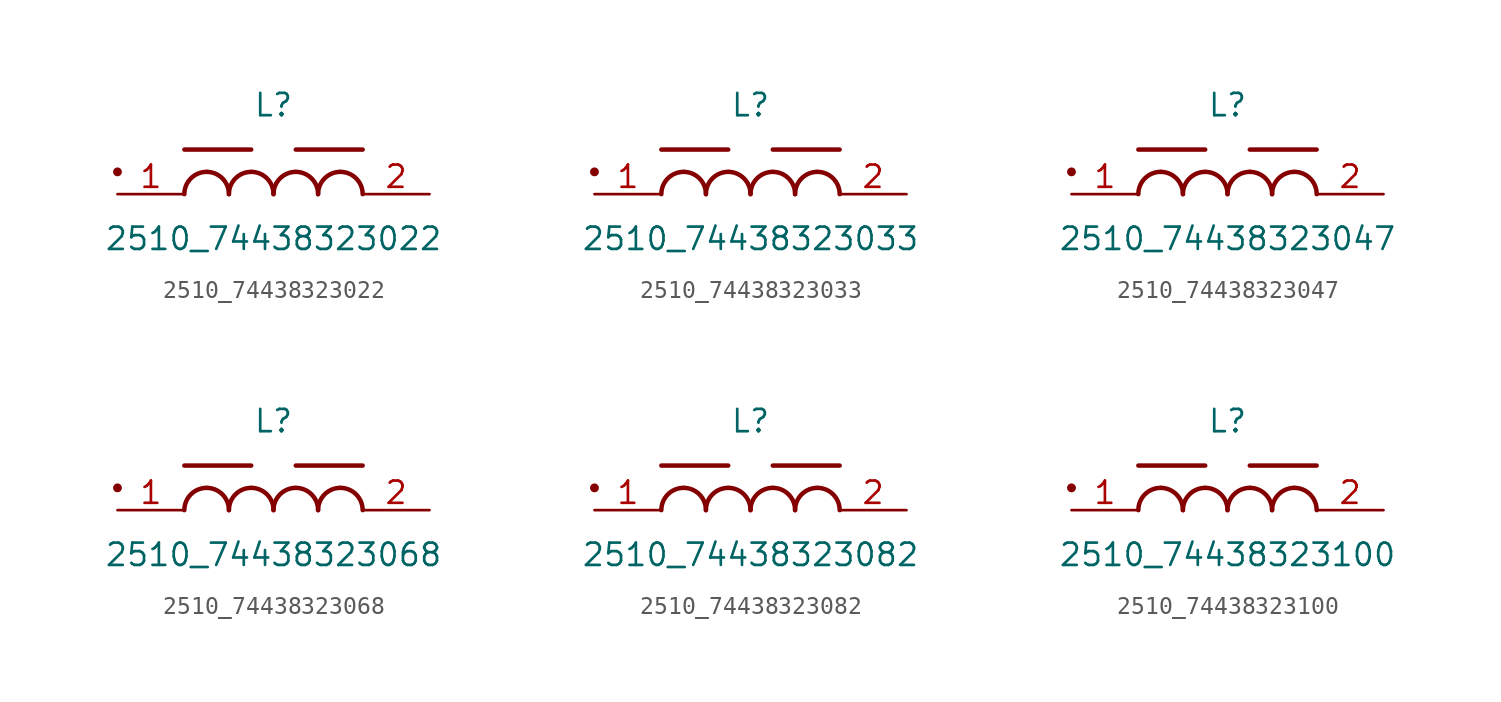
<source format=kicad_sym>
(kicad_symbol_lib
  (version 20211014)
  (generator kicad_symbol_editor)
  (symbol "Inductor_Wurth_WE-MAPI:2510_74438323022"
    (pin_names hide)
    (property "Reference" "L"
      (at 0 5.08 0)
      (effects (font (size 1.27 1.27))))
    (property "Value" "2510_74438323022"
      (at 0 -2.54 0)
      (effects (font (size 1.27 1.27))))
    (symbol "2510_74438323022_0_1"
      (circle (center -8.89 1.27) (radius 0.0001) (stroke (width 0.254)) (stroke (width 0.254) (type default) (color 0 0 0 0)) (fill (type none)))
      (arc (start -3.81 1.27) (mid -4.708 0.898) (end -5.08 0) (stroke (width 0.254) (type default) (color 0 0 0 0)) (fill (type none)))
      (arc (start -2.54 0) (mid -2.912 0.898) (end -3.81 1.27) (stroke (width 0.254) (type default) (color 0 0 0 0)) (fill (type none)))
      (arc (start -1.2699 1.2701) (mid -2.1679 0.8981) (end -2.5399 0.0001) (stroke (width 0.254) (type default) (color 0 0 0 0)) (fill (type none)))
      (polyline (pts (xy -5.08 2.54) (xy -1.27 2.54)) (stroke (width 0.254) (type default) (color 0 0 0 0)) (fill (type none)))
      (polyline (pts (xy 5.08 2.54) (xy 1.27 2.54)) (stroke (width 0.254) (type default) (color 0 0 0 0)) (fill (type none)))
      (arc (start 0.0001 0.0001) (mid -0.3719 0.8981) (end -1.2699 1.2701) (stroke (width 0.254) (type default) (color 0 0 0 0)) (fill (type none)))
      (arc (start 1.2701 1.2701) (mid 0.3721 0.8981) (end 0.0001 0.0001) (stroke (width 0.254) (type default) (color 0 0 0 0)) (fill (type none)))
      (arc (start 2.5401 0.0001) (mid 2.1681 0.8981) (end 1.2701 1.2701) (stroke (width 0.254) (type default) (color 0 0 0 0)) (fill (type none)))
      (arc (start 3.8101 1.2701) (mid 2.9121 0.8981) (end 2.5401 0.0001) (stroke (width 0.254) (type default) (color 0 0 0 0)) (fill (type none)))
      (arc (start 5.0801 0.0001) (mid 4.7081 0.8981) (end 3.8101 1.2701) (stroke (width 0.254) (type default) (color 0 0 0 0)) (fill (type none))))
    (symbol "2510_74438323022_1_1"
      (pin passive line (at -8.89 0 0) (length 3.81) (name "1" (effects (font (size 1.27 1.27)))) (number "1" (effects (font (size 1.27 1.27)))))
      (pin passive line (at 8.89 0 180) (length 3.81) (name "2" (effects (font (size 1.27 1.27)))) (number "2" (effects (font (size 1.27 1.27)))))))
  (symbol "Inductor_Wurth_WE-MAPI:2510_74438323033"
    (pin_names hide)
    (property "Reference" "L"
      (at 0 5.08 0)
      (effects (font (size 1.27 1.27))))
    (property "Value" "2510_74438323033"
      (at 0 -2.54 0)
      (effects (font (size 1.27 1.27))))
    (symbol "2510_74438323033_0_1"
      (circle (center -8.89 1.27) (radius 0.0001) (stroke (width 0.254)) (stroke (width 0.254) (type default) (color 0 0 0 0)) (fill (type none)))
      (arc (start -3.81 1.27) (mid -4.708 0.898) (end -5.08 0) (stroke (width 0.254) (type default) (color 0 0 0 0)) (fill (type none)))
      (arc (start -2.54 0) (mid -2.912 0.898) (end -3.81 1.27) (stroke (width 0.254) (type default) (color 0 0 0 0)) (fill (type none)))
      (arc (start -1.2699 1.2701) (mid -2.1679 0.8981) (end -2.5399 0.0001) (stroke (width 0.254) (type default) (color 0 0 0 0)) (fill (type none)))
      (polyline (pts (xy -5.08 2.54) (xy -1.27 2.54)) (stroke (width 0.254) (type default) (color 0 0 0 0)) (fill (type none)))
      (polyline (pts (xy 5.08 2.54) (xy 1.27 2.54)) (stroke (width 0.254) (type default) (color 0 0 0 0)) (fill (type none)))
      (arc (start 0.0001 0.0001) (mid -0.3719 0.8981) (end -1.2699 1.2701) (stroke (width 0.254) (type default) (color 0 0 0 0)) (fill (type none)))
      (arc (start 1.2701 1.2701) (mid 0.3721 0.8981) (end 0.0001 0.0001) (stroke (width 0.254) (type default) (color 0 0 0 0)) (fill (type none)))
      (arc (start 2.5401 0.0001) (mid 2.1681 0.8981) (end 1.2701 1.2701) (stroke (width 0.254) (type default) (color 0 0 0 0)) (fill (type none)))
      (arc (start 3.8101 1.2701) (mid 2.9121 0.8981) (end 2.5401 0.0001) (stroke (width 0.254) (type default) (color 0 0 0 0)) (fill (type none)))
      (arc (start 5.0801 0.0001) (mid 4.7081 0.8981) (end 3.8101 1.2701) (stroke (width 0.254) (type default) (color 0 0 0 0)) (fill (type none))))
    (symbol "2510_74438323033_1_1"
      (pin passive line (at -8.89 0 0) (length 3.81) (name "1" (effects (font (size 1.27 1.27)))) (number "1" (effects (font (size 1.27 1.27)))))
      (pin passive line (at 8.89 0 180) (length 3.81) (name "2" (effects (font (size 1.27 1.27)))) (number "2" (effects (font (size 1.27 1.27)))))))
  (symbol "Inductor_Wurth_WE-MAPI:2510_74438323047"
    (pin_names hide)
    (property "Reference" "L"
      (at 0 5.08 0)
      (effects (font (size 1.27 1.27))))
    (property "Value" "2510_74438323047"
      (at 0 -2.54 0)
      (effects (font (size 1.27 1.27))))
    (symbol "2510_74438323047_0_1"
      (circle (center -8.89 1.27) (radius 0.0001) (stroke (width 0.254)) (stroke (width 0.254) (type default) (color 0 0 0 0)) (fill (type none)))
      (arc (start -3.81 1.27) (mid -4.708 0.898) (end -5.08 0) (stroke (width 0.254) (type default) (color 0 0 0 0)) (fill (type none)))
      (arc (start -2.54 0) (mid -2.912 0.898) (end -3.81 1.27) (stroke (width 0.254) (type default) (color 0 0 0 0)) (fill (type none)))
      (arc (start -1.2699 1.2701) (mid -2.1679 0.8981) (end -2.5399 0.0001) (stroke (width 0.254) (type default) (color 0 0 0 0)) (fill (type none)))
      (polyline (pts (xy -5.08 2.54) (xy -1.27 2.54)) (stroke (width 0.254) (type default) (color 0 0 0 0)) (fill (type none)))
      (polyline (pts (xy 5.08 2.54) (xy 1.27 2.54)) (stroke (width 0.254) (type default) (color 0 0 0 0)) (fill (type none)))
      (arc (start 0.0001 0.0001) (mid -0.3719 0.8981) (end -1.2699 1.2701) (stroke (width 0.254) (type default) (color 0 0 0 0)) (fill (type none)))
      (arc (start 1.2701 1.2701) (mid 0.3721 0.8981) (end 0.0001 0.0001) (stroke (width 0.254) (type default) (color 0 0 0 0)) (fill (type none)))
      (arc (start 2.5401 0.0001) (mid 2.1681 0.8981) (end 1.2701 1.2701) (stroke (width 0.254) (type default) (color 0 0 0 0)) (fill (type none)))
      (arc (start 3.8101 1.2701) (mid 2.9121 0.8981) (end 2.5401 0.0001) (stroke (width 0.254) (type default) (color 0 0 0 0)) (fill (type none)))
      (arc (start 5.0801 0.0001) (mid 4.7081 0.8981) (end 3.8101 1.2701) (stroke (width 0.254) (type default) (color 0 0 0 0)) (fill (type none))))
    (symbol "2510_74438323047_1_1"
      (pin passive line (at -8.89 0 0) (length 3.81) (name "1" (effects (font (size 1.27 1.27)))) (number "1" (effects (font (size 1.27 1.27)))))
      (pin passive line (at 8.89 0 180) (length 3.81) (name "2" (effects (font (size 1.27 1.27)))) (number "2" (effects (font (size 1.27 1.27)))))))
  (symbol "Inductor_Wurth_WE-MAPI:2510_74438323068"
    (pin_names hide)
    (property "Reference" "L"
      (at 0 5.08 0)
      (effects (font (size 1.27 1.27))))
    (property "Value" "2510_74438323068"
      (at 0 -2.54 0)
      (effects (font (size 1.27 1.27))))
    (symbol "2510_74438323068_0_1"
      (circle (center -8.89 1.27) (radius 0.0001) (stroke (width 0.254)) (stroke (width 0.254) (type default) (color 0 0 0 0)) (fill (type none)))
      (arc (start -3.81 1.27) (mid -4.708 0.898) (end -5.08 0) (stroke (width 0.254) (type default) (color 0 0 0 0)) (fill (type none)))
      (arc (start -2.54 0) (mid -2.912 0.898) (end -3.81 1.27) (stroke (width 0.254) (type default) (color 0 0 0 0)) (fill (type none)))
      (arc (start -1.2699 1.2701) (mid -2.1679 0.8981) (end -2.5399 0.0001) (stroke (width 0.254) (type default) (color 0 0 0 0)) (fill (type none)))
      (polyline (pts (xy -5.08 2.54) (xy -1.27 2.54)) (stroke (width 0.254) (type default) (color 0 0 0 0)) (fill (type none)))
      (polyline (pts (xy 5.08 2.54) (xy 1.27 2.54)) (stroke (width 0.254) (type default) (color 0 0 0 0)) (fill (type none)))
      (arc (start 0.0001 0.0001) (mid -0.3719 0.8981) (end -1.2699 1.2701) (stroke (width 0.254) (type default) (color 0 0 0 0)) (fill (type none)))
      (arc (start 1.2701 1.2701) (mid 0.3721 0.8981) (end 0.0001 0.0001) (stroke (width 0.254) (type default) (color 0 0 0 0)) (fill (type none)))
      (arc (start 2.5401 0.0001) (mid 2.1681 0.8981) (end 1.2701 1.2701) (stroke (width 0.254) (type default) (color 0 0 0 0)) (fill (type none)))
      (arc (start 3.8101 1.2701) (mid 2.9121 0.8981) (end 2.5401 0.0001) (stroke (width 0.254) (type default) (color 0 0 0 0)) (fill (type none)))
      (arc (start 5.0801 0.0001) (mid 4.7081 0.8981) (end 3.8101 1.2701) (stroke (width 0.254) (type default) (color 0 0 0 0)) (fill (type none))))
    (symbol "2510_74438323068_1_1"
      (pin passive line (at -8.89 0 0) (length 3.81) (name "1" (effects (font (size 1.27 1.27)))) (number "1" (effects (font (size 1.27 1.27)))))
      (pin passive line (at 8.89 0 180) (length 3.81) (name "2" (effects (font (size 1.27 1.27)))) (number "2" (effects (font (size 1.27 1.27)))))))
  (symbol "Inductor_Wurth_WE-MAPI:2510_74438323082"
    (pin_names hide)
    (property "Reference" "L"
      (at 0 5.08 0)
      (effects (font (size 1.27 1.27))))
    (property "Value" "2510_74438323082"
      (at 0 -2.54 0)
      (effects (font (size 1.27 1.27))))
    (symbol "2510_74438323082_0_1"
      (circle (center -8.89 1.27) (radius 0.0001) (stroke (width 0.254)) (stroke (width 0.254) (type default) (color 0 0 0 0)) (fill (type none)))
      (arc (start -3.81 1.27) (mid -4.708 0.898) (end -5.08 0) (stroke (width 0.254) (type default) (color 0 0 0 0)) (fill (type none)))
      (arc (start -2.54 0) (mid -2.912 0.898) (end -3.81 1.27) (stroke (width 0.254) (type default) (color 0 0 0 0)) (fill (type none)))
      (arc (start -1.2699 1.2701) (mid -2.1679 0.8981) (end -2.5399 0.0001) (stroke (width 0.254) (type default) (color 0 0 0 0)) (fill (type none)))
      (polyline (pts (xy -5.08 2.54) (xy -1.27 2.54)) (stroke (width 0.254) (type default) (color 0 0 0 0)) (fill (type none)))
      (polyline (pts (xy 5.08 2.54) (xy 1.27 2.54)) (stroke (width 0.254) (type default) (color 0 0 0 0)) (fill (type none)))
      (arc (start 0.0001 0.0001) (mid -0.3719 0.8981) (end -1.2699 1.2701) (stroke (width 0.254) (type default) (color 0 0 0 0)) (fill (type none)))
      (arc (start 1.2701 1.2701) (mid 0.3721 0.8981) (end 0.0001 0.0001) (stroke (width 0.254) (type default) (color 0 0 0 0)) (fill (type none)))
      (arc (start 2.5401 0.0001) (mid 2.1681 0.8981) (end 1.2701 1.2701) (stroke (width 0.254) (type default) (color 0 0 0 0)) (fill (type none)))
      (arc (start 3.8101 1.2701) (mid 2.9121 0.8981) (end 2.5401 0.0001) (stroke (width 0.254) (type default) (color 0 0 0 0)) (fill (type none)))
      (arc (start 5.0801 0.0001) (mid 4.7081 0.8981) (end 3.8101 1.2701) (stroke (width 0.254) (type default) (color 0 0 0 0)) (fill (type none))))
    (symbol "2510_74438323082_1_1"
      (pin passive line (at -8.89 0 0) (length 3.81) (name "1" (effects (font (size 1.27 1.27)))) (number "1" (effects (font (size 1.27 1.27)))))
      (pin passive line (at 8.89 0 180) (length 3.81) (name "2" (effects (font (size 1.27 1.27)))) (number "2" (effects (font (size 1.27 1.27)))))))
  (symbol "Inductor_Wurth_WE-MAPI:2510_74438323100"
    (pin_names hide)
    (property "Reference" "L"
      (at 0 5.08 0)
      (effects (font (size 1.27 1.27))))
    (property "Value" "2510_74438323100"
      (at 0 -2.54 0)
      (effects (font (size 1.27 1.27))))
    (symbol "2510_74438323100_0_1"
      (circle (center -8.89 1.27) (radius 0.0001) (stroke (width 0.254)) (stroke (width 0.254) (type default) (color 0 0 0 0)) (fill (type none)))
      (arc (start -3.81 1.27) (mid -4.708 0.898) (end -5.08 0) (stroke (width 0.254) (type default) (color 0 0 0 0)) (fill (type none)))
      (arc (start -2.54 0) (mid -2.912 0.898) (end -3.81 1.27) (stroke (width 0.254) (type default) (color 0 0 0 0)) (fill (type none)))
      (arc (start -1.2699 1.2701) (mid -2.1679 0.8981) (end -2.5399 0.0001) (stroke (width 0.254) (type default) (color 0 0 0 0)) (fill (type none)))
      (polyline (pts (xy -5.08 2.54) (xy -1.27 2.54)) (stroke (width 0.254) (type default) (color 0 0 0 0)) (fill (type none)))
      (polyline (pts (xy 5.08 2.54) (xy 1.27 2.54)) (stroke (width 0.254) (type default) (color 0 0 0 0)) (fill (type none)))
      (arc (start 0.0001 0.0001) (mid -0.3719 0.8981) (end -1.2699 1.2701) (stroke (width 0.254) (type default) (color 0 0 0 0)) (fill (type none)))
      (arc (start 1.2701 1.2701) (mid 0.3721 0.8981) (end 0.0001 0.0001) (stroke (width 0.254) (type default) (color 0 0 0 0)) (fill (type none)))
      (arc (start 2.5401 0.0001) (mid 2.1681 0.8981) (end 1.2701 1.2701) (stroke (width 0.254) (type default) (color 0 0 0 0)) (fill (type none)))
      (arc (start 3.8101 1.2701) (mid 2.9121 0.8981) (end 2.5401 0.0001) (stroke (width 0.254) (type default) (color 0 0 0 0)) (fill (type none)))
      (arc (start 5.0801 0.0001) (mid 4.7081 0.8981) (end 3.8101 1.2701) (stroke (width 0.254) (type default) (color 0 0 0 0)) (fill (type none))))
    (symbol "2510_74438323100_1_1"
      (pin passive line (at -8.89 0 0) (length 3.81) (name "1" (effects (font (size 1.27 1.27)))) (number "1" (effects (font (size 1.27 1.27)))))
      (pin passive line (at 8.89 0 180) (length 3.81) (name "2" (effects (font (size 1.27 1.27)))) (number "2" (effects (font (size 1.27 1.27))))))))
</source>
